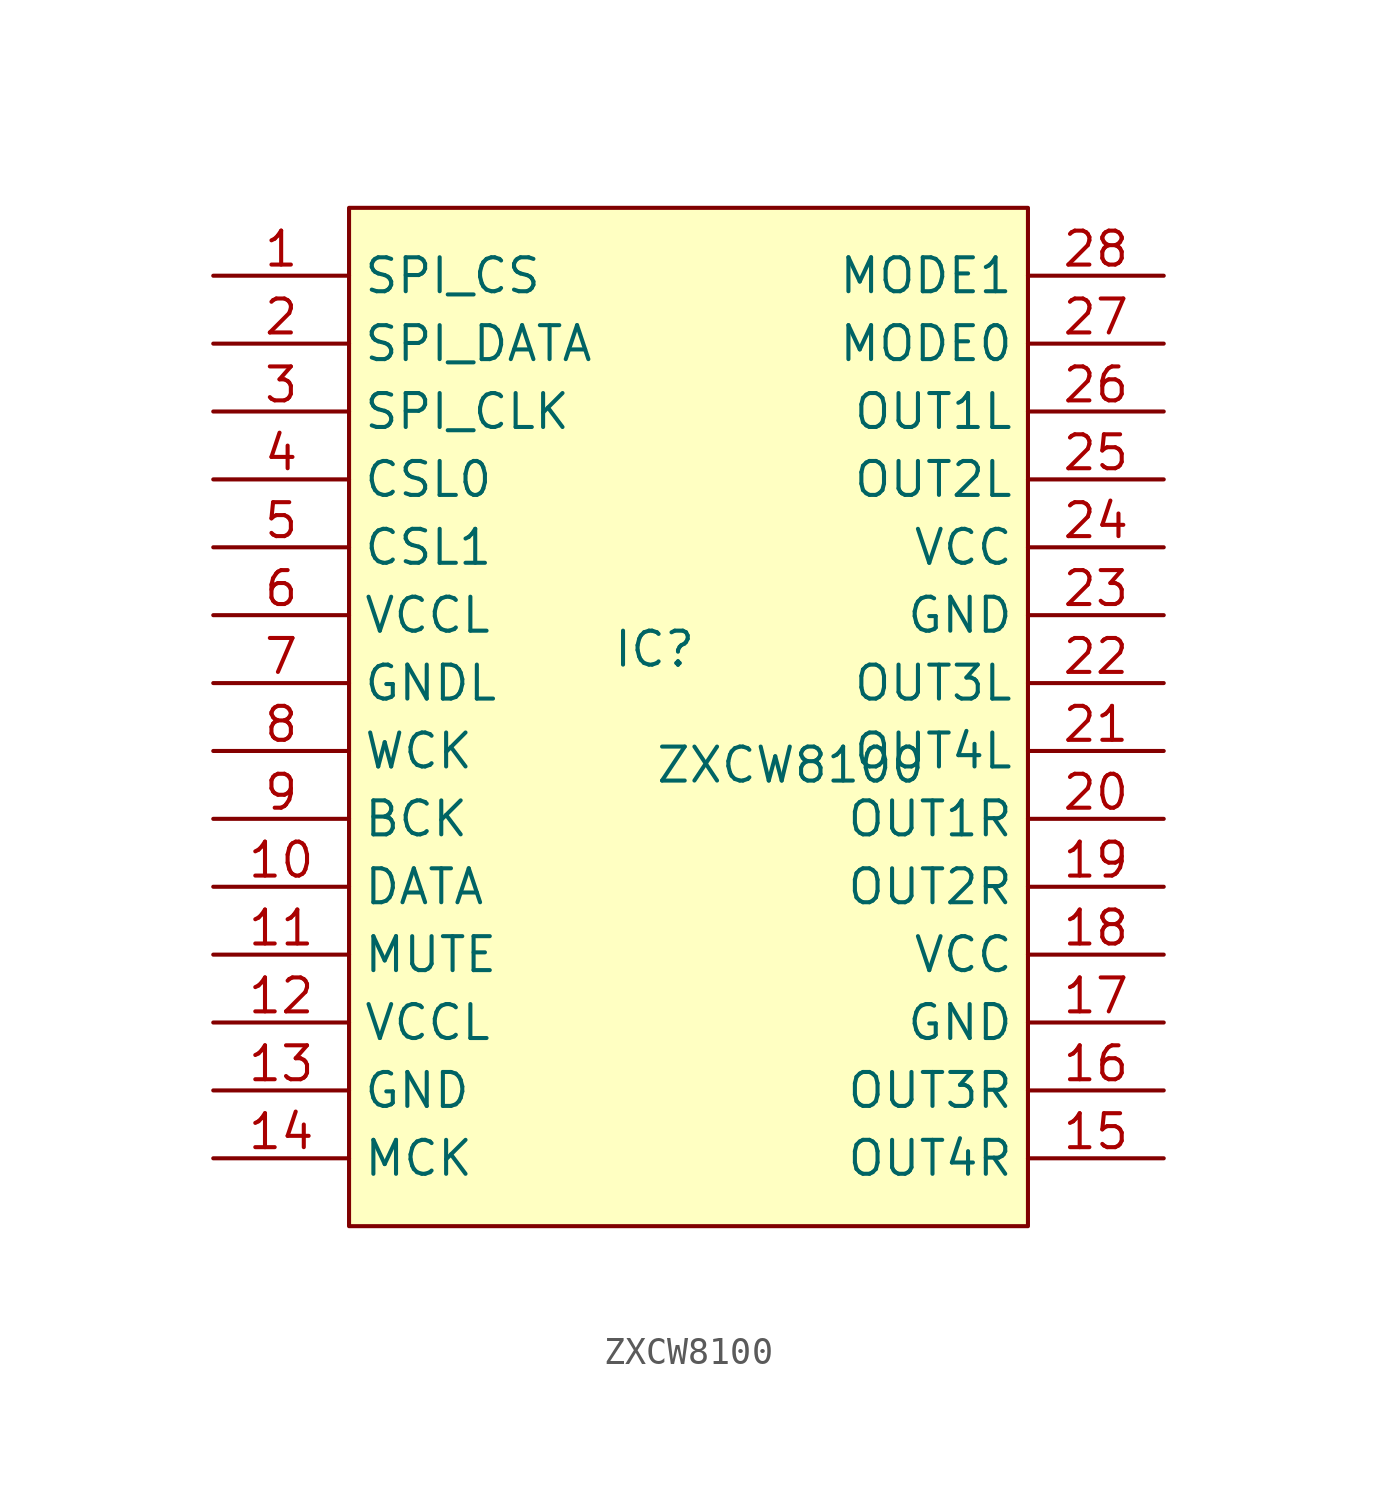
<source format=kicad_sym>
(kicad_symbol_lib
  (version 20231120)
  (generator "kicad_symbol_editor")
  (generator_version "8.0")
  (symbol "ZXCW8100"
    (property "Reference" "IC"
      (at -1.27 1.27 0)
      (effects (font (size 1.27 1.27))))
    (property "Value" "ZXCW8100"
      (at -1.27 -3.81 0)
      (effects (font (size 1.27 1.27)) (justify left bottom)))
    (symbol "ZXCW8100_1_0"
      (rectangle (start -12.7 17.78) (end 12.7 -20.32) (stroke (width 0) (type solid) (color 128 0 0 1)) (fill (type background)))
      (pin input line (at -17.78 15.24 0) (length 5.08) (name "SPI_CS" (effects (font (size 1.27 1.27)))) (number "1" (effects (font (size 1.27 1.27)))))
      (pin input line (at -17.78 -7.62 0) (length 5.08) (name "DATA" (effects (font (size 1.27 1.27)))) (number "10" (effects (font (size 1.27 1.27)))))
      (pin input line (at -17.78 -10.16 0) (length 5.08) (name "MUTE" (effects (font (size 1.27 1.27)))) (number "11" (effects (font (size 1.27 1.27)))))
      (pin power_in line (at -17.78 -12.7 0) (length 5.08) (name "VCCL" (effects (font (size 1.27 1.27)))) (number "12" (effects (font (size 1.27 1.27)))))
      (pin power_in line (at -17.78 -15.24 0) (length 5.08) (name "GND" (effects (font (size 1.27 1.27)))) (number "13" (effects (font (size 1.27 1.27)))))
      (pin input line (at -17.78 -17.78 0) (length 5.08) (name "MCK" (effects (font (size 1.27 1.27)))) (number "14" (effects (font (size 1.27 1.27)))))
      (pin output line (at 17.78 -17.78 180) (length 5.08) (name "OUT4R" (effects (font (size 1.27 1.27)))) (number "15" (effects (font (size 1.27 1.27)))))
      (pin output line (at 17.78 -15.24 180) (length 5.08) (name "OUT3R" (effects (font (size 1.27 1.27)))) (number "16" (effects (font (size 1.27 1.27)))))
      (pin power_in line (at 17.78 -12.7 180) (length 5.08) (name "GND" (effects (font (size 1.27 1.27)))) (number "17" (effects (font (size 1.27 1.27)))))
      (pin power_in line (at 17.78 -10.16 180) (length 5.08) (name "VCC" (effects (font (size 1.27 1.27)))) (number "18" (effects (font (size 1.27 1.27)))))
      (pin output line (at 17.78 -7.62 180) (length 5.08) (name "OUT2R" (effects (font (size 1.27 1.27)))) (number "19" (effects (font (size 1.27 1.27)))))
      (pin input line (at -17.78 12.7 0) (length 5.08) (name "SPI_DATA" (effects (font (size 1.27 1.27)))) (number "2" (effects (font (size 1.27 1.27)))))
      (pin output line (at 17.78 -5.08 180) (length 5.08) (name "OUT1R" (effects (font (size 1.27 1.27)))) (number "20" (effects (font (size 1.27 1.27)))))
      (pin output line (at 17.78 -2.54 180) (length 5.08) (name "OUT4L" (effects (font (size 1.27 1.27)))) (number "21" (effects (font (size 1.27 1.27)))))
      (pin output line (at 17.78 0 180) (length 5.08) (name "OUT3L" (effects (font (size 1.27 1.27)))) (number "22" (effects (font (size 1.27 1.27)))))
      (pin power_in line (at 17.78 2.54 180) (length 5.08) (name "GND" (effects (font (size 1.27 1.27)))) (number "23" (effects (font (size 1.27 1.27)))))
      (pin power_in line (at 17.78 5.08 180) (length 5.08) (name "VCC" (effects (font (size 1.27 1.27)))) (number "24" (effects (font (size 1.27 1.27)))))
      (pin output line (at 17.78 7.62 180) (length 5.08) (name "OUT2L" (effects (font (size 1.27 1.27)))) (number "25" (effects (font (size 1.27 1.27)))))
      (pin output line (at 17.78 10.16 180) (length 5.08) (name "OUT1L" (effects (font (size 1.27 1.27)))) (number "26" (effects (font (size 1.27 1.27)))))
      (pin input line (at 17.78 12.7 180) (length 5.08) (name "MODE0" (effects (font (size 1.27 1.27)))) (number "27" (effects (font (size 1.27 1.27)))))
      (pin input line (at 17.78 15.24 180) (length 5.08) (name "MODE1" (effects (font (size 1.27 1.27)))) (number "28" (effects (font (size 1.27 1.27)))))
      (pin input line (at -17.78 10.16 0) (length 5.08) (name "SPI_CLK" (effects (font (size 1.27 1.27)))) (number "3" (effects (font (size 1.27 1.27)))))
      (pin input line (at -17.78 7.62 0) (length 5.08) (name "CSL0" (effects (font (size 1.27 1.27)))) (number "4" (effects (font (size 1.27 1.27)))))
      (pin input line (at -17.78 5.08 0) (length 5.08) (name "CSL1" (effects (font (size 1.27 1.27)))) (number "5" (effects (font (size 1.27 1.27)))))
      (pin power_in line (at -17.78 2.54 0) (length 5.08) (name "VCCL" (effects (font (size 1.27 1.27)))) (number "6" (effects (font (size 1.27 1.27)))))
      (pin power_in line (at -17.78 0 0) (length 5.08) (name "GNDL" (effects (font (size 1.27 1.27)))) (number "7" (effects (font (size 1.27 1.27)))))
      (pin input line (at -17.78 -2.54 0) (length 5.08) (name "WCK" (effects (font (size 1.27 1.27)))) (number "8" (effects (font (size 1.27 1.27)))))
      (pin input line (at -17.78 -5.08 0) (length 5.08) (name "BCK" (effects (font (size 1.27 1.27)))) (number "9" (effects (font (size 1.27 1.27))))))))
</source>
